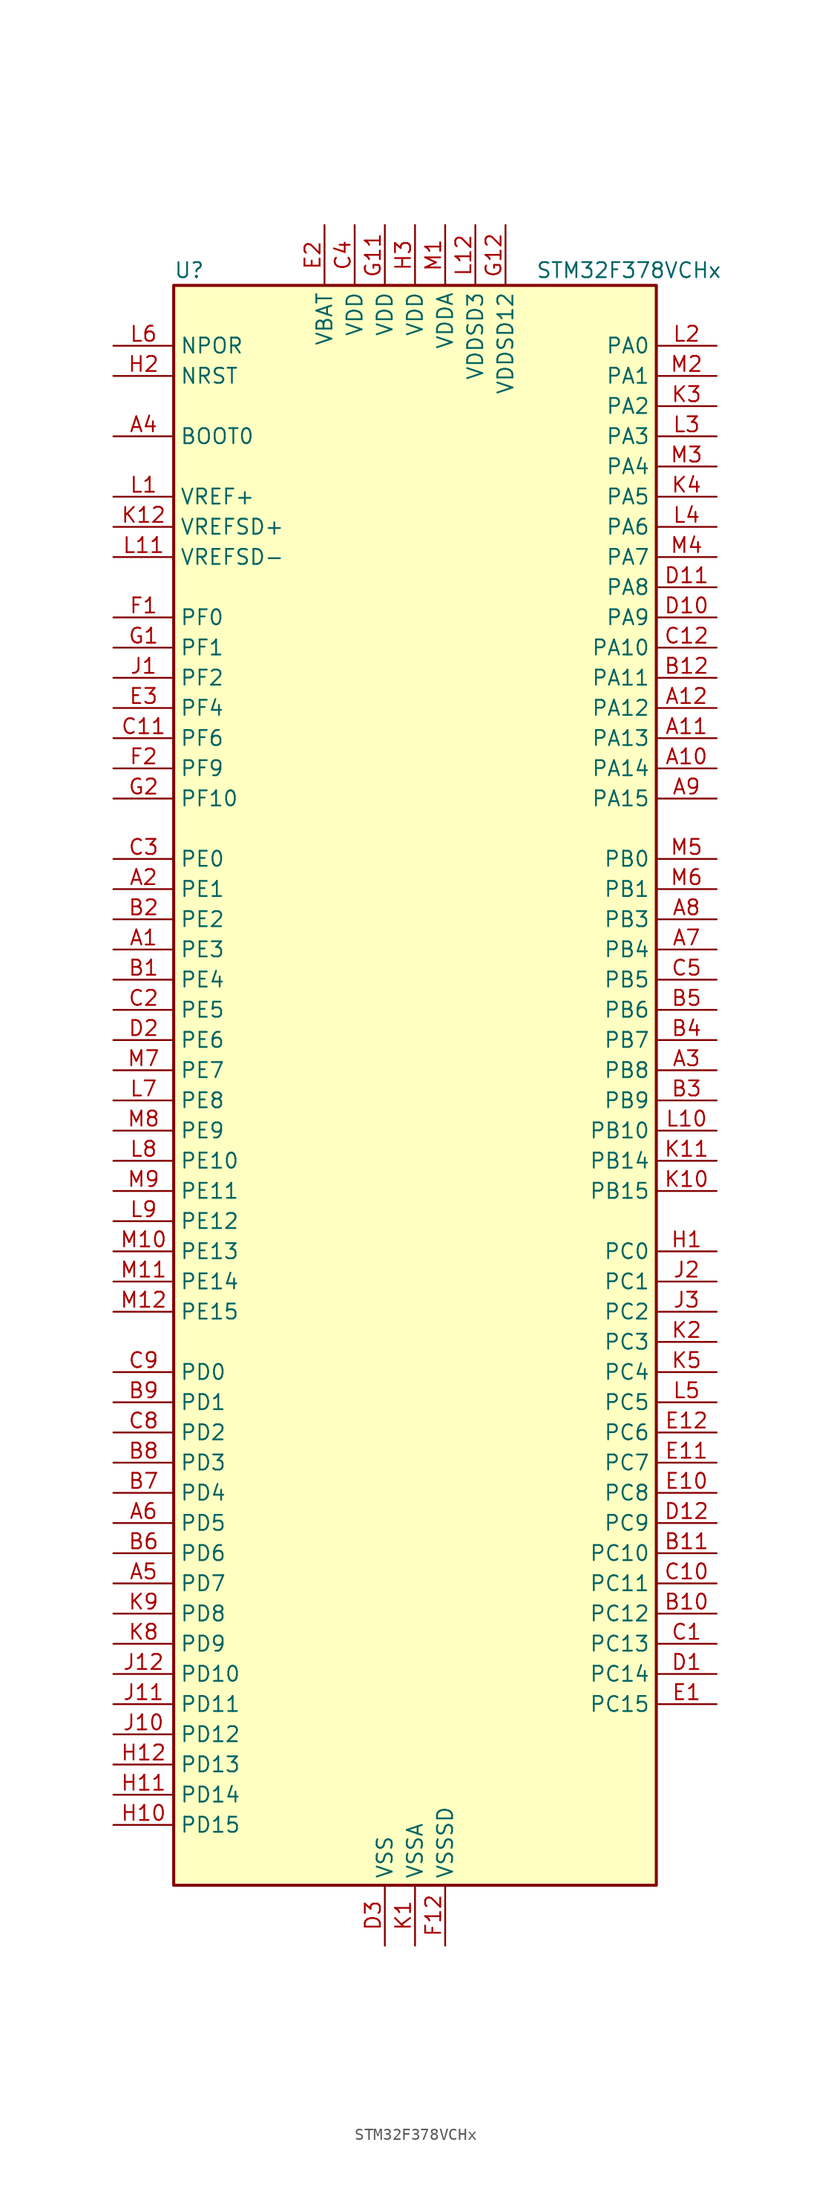
<source format=kicad_sym>
(kicad_symbol_lib
  (version 20241209)
  (generator "kicad_symbol_editor")
  (generator_version "9.0")
  (symbol "STM32F378VCHx"
    (property "Reference" "U"
      (at -20.32 69.85 0)
      (effects (font (size 1.27 1.27)) (justify left)))
    (property "Value" "STM32F378VCHx"
      (at 10.16 69.85 0)
      (effects (font (size 1.27 1.27)) (justify left)))
    (symbol "STM32F378VCHx_0_1"
      (rectangle (start -20.32 -66.04) (end 20.32 68.58) (stroke (width 0.254) (type default)) (fill (type background))))
    (symbol "STM32F378VCHx_1_1"
      (pin input line (at -25.4 63.5 0) (length 5.08) (name "NPOR" (effects (font (size 1.27 1.27)))) (number "L6" (effects (font (size 1.27 1.27)))))
      (pin input line (at -25.4 60.96 0) (length 5.08) (name "NRST" (effects (font (size 1.27 1.27)))) (number "H2" (effects (font (size 1.27 1.27)))))
      (pin input line (at -25.4 55.88 0) (length 5.08) (name "BOOT0" (effects (font (size 1.27 1.27)))) (number "A4" (effects (font (size 1.27 1.27)))))
      (pin input line (at -25.4 50.8 0) (length 5.08) (name "VREF+" (effects (font (size 1.27 1.27)))) (number "L1" (effects (font (size 1.27 1.27)))))
      (pin input line (at -25.4 48.26 0) (length 5.08) (name "VREFSD+" (effects (font (size 1.27 1.27)))) (number "K12" (effects (font (size 1.27 1.27)))))
      (pin input line (at -25.4 45.72 0) (length 5.08) (name "VREFSD-" (effects (font (size 1.27 1.27)))) (number "L11" (effects (font (size 1.27 1.27)))))
      (pin bidirectional line (at -25.4 40.64 0) (length 5.08) (name "PF0" (effects (font (size 1.27 1.27)))) (number "F1" (effects (font (size 1.27 1.27)))) (alternate "I2C2_SDA" bidirectional line) (alternate "RCC_OSC_IN" bidirectional line))
      (pin bidirectional line (at -25.4 38.1 0) (length 5.08) (name "PF1" (effects (font (size 1.27 1.27)))) (number "G1" (effects (font (size 1.27 1.27)))) (alternate "I2C2_SCL" bidirectional line) (alternate "RCC_OSC_OUT" bidirectional line))
      (pin bidirectional line (at -25.4 35.56 0) (length 5.08) (name "PF2" (effects (font (size 1.27 1.27)))) (number "J1" (effects (font (size 1.27 1.27)))) (alternate "I2C2_SMBA" bidirectional line))
      (pin bidirectional line (at -25.4 33.02 0) (length 5.08) (name "PF4" (effects (font (size 1.27 1.27)))) (number "E3" (effects (font (size 1.27 1.27)))))
      (pin bidirectional line (at -25.4 30.48 0) (length 5.08) (name "PF6" (effects (font (size 1.27 1.27)))) (number "C11" (effects (font (size 1.27 1.27)))) (alternate "I2C2_SCL" bidirectional line) (alternate "I2S1_SD" bidirectional line) (alternate "SPI1_MOSI" bidirectional line) (alternate "TIM4_CH4" bidirectional line) (alternate "USART3_DE" bidirectional line) (alternate "USART3_RTS" bidirectional line))
      (pin bidirectional line (at -25.4 27.94 0) (length 5.08) (name "PF9" (effects (font (size 1.27 1.27)))) (number "F2" (effects (font (size 1.27 1.27)))) (alternate "DAC1_EXTI9" bidirectional line) (alternate "DAC2_EXTI9" bidirectional line) (alternate "TIM14_CH1" bidirectional line))
      (pin bidirectional line (at -25.4 25.4 0) (length 5.08) (name "PF10" (effects (font (size 1.27 1.27)))) (number "G2" (effects (font (size 1.27 1.27)))))
      (pin bidirectional line (at -25.4 20.32 0) (length 5.08) (name "PE0" (effects (font (size 1.27 1.27)))) (number "C3" (effects (font (size 1.27 1.27)))) (alternate "TIM4_ETR" bidirectional line) (alternate "USART1_TX" bidirectional line))
      (pin bidirectional line (at -25.4 17.78 0) (length 5.08) (name "PE1" (effects (font (size 1.27 1.27)))) (number "A2" (effects (font (size 1.27 1.27)))) (alternate "USART1_RX" bidirectional line))
      (pin bidirectional line (at -25.4 15.24 0) (length 5.08) (name "PE2" (effects (font (size 1.27 1.27)))) (number "B2" (effects (font (size 1.27 1.27)))) (alternate "SYS_TRACECK" bidirectional line) (alternate "TSC_G7_IO1" bidirectional line))
      (pin bidirectional line (at -25.4 12.7 0) (length 5.08) (name "PE3" (effects (font (size 1.27 1.27)))) (number "A1" (effects (font (size 1.27 1.27)))) (alternate "SYS_TRACED0" bidirectional line) (alternate "TSC_G7_IO2" bidirectional line))
      (pin bidirectional line (at -25.4 10.16 0) (length 5.08) (name "PE4" (effects (font (size 1.27 1.27)))) (number "B1" (effects (font (size 1.27 1.27)))) (alternate "SYS_TRACED1" bidirectional line) (alternate "TSC_G7_IO3" bidirectional line))
      (pin bidirectional line (at -25.4 7.62 0) (length 5.08) (name "PE5" (effects (font (size 1.27 1.27)))) (number "C2" (effects (font (size 1.27 1.27)))) (alternate "SYS_TRACED2" bidirectional line) (alternate "TSC_G7_IO4" bidirectional line))
      (pin bidirectional line (at -25.4 5.08 0) (length 5.08) (name "PE6" (effects (font (size 1.27 1.27)))) (number "D2" (effects (font (size 1.27 1.27)))) (alternate "RTC_TAMP3" bidirectional line) (alternate "SYS_TRACED3" bidirectional line) (alternate "SYS_WKUP3" bidirectional line))
      (pin bidirectional line (at -25.4 2.54 0) (length 5.08) (name "PE7" (effects (font (size 1.27 1.27)))) (number "M7" (effects (font (size 1.27 1.27)))) (alternate "SDADC1_AIN3P" bidirectional line) (alternate "SDADC1_AIN4M" bidirectional line) (alternate "SDADC2_AIN5P" bidirectional line) (alternate "SDADC2_AIN6M" bidirectional line))
      (pin bidirectional line (at -25.4 0 0) (length 5.08) (name "PE8" (effects (font (size 1.27 1.27)))) (number "L7" (effects (font (size 1.27 1.27)))) (alternate "SDADC1_AIN8P" bidirectional line) (alternate "SDADC2_AIN8P" bidirectional line))
      (pin bidirectional line (at -25.4 -2.54 0) (length 5.08) (name "PE9" (effects (font (size 1.27 1.27)))) (number "M8" (effects (font (size 1.27 1.27)))) (alternate "DAC1_EXTI9" bidirectional line) (alternate "DAC2_EXTI9" bidirectional line) (alternate "SDADC1_AIN7P" bidirectional line) (alternate "SDADC1_AIN8M" bidirectional line) (alternate "SDADC2_AIN7P" bidirectional line) (alternate "SDADC2_AIN8M" bidirectional line))
      (pin bidirectional line (at -25.4 -5.08 0) (length 5.08) (name "PE10" (effects (font (size 1.27 1.27)))) (number "L8" (effects (font (size 1.27 1.27)))) (alternate "SDADC1_AIN2P" bidirectional line))
      (pin bidirectional line (at -25.4 -7.62 0) (length 5.08) (name "PE11" (effects (font (size 1.27 1.27)))) (number "M9" (effects (font (size 1.27 1.27)))) (alternate "ADC1_EXTI11" bidirectional line) (alternate "SDADC1_AIN1P" bidirectional line) (alternate "SDADC1_AIN2M" bidirectional line) (alternate "SDADC1_EXTI11" bidirectional line) (alternate "SDADC2_AIN4P" bidirectional line) (alternate "SDADC2_EXTI11" bidirectional line) (alternate "SDADC3_EXTI11" bidirectional line))
      (pin bidirectional line (at -25.4 -10.16 0) (length 5.08) (name "PE12" (effects (font (size 1.27 1.27)))) (number "L9" (effects (font (size 1.27 1.27)))) (alternate "SDADC1_AIN0P" bidirectional line) (alternate "SDADC2_AIN3P" bidirectional line) (alternate "SDADC2_AIN4M" bidirectional line))
      (pin bidirectional line (at -25.4 -12.7 0) (length 5.08) (name "PE13" (effects (font (size 1.27 1.27)))) (number "M10" (effects (font (size 1.27 1.27)))) (alternate "SDADC1_AIN0M" bidirectional line) (alternate "SDADC2_AIN2P" bidirectional line))
      (pin bidirectional line (at -25.4 -15.24 0) (length 5.08) (name "PE14" (effects (font (size 1.27 1.27)))) (number "M11" (effects (font (size 1.27 1.27)))) (alternate "SDADC2_AIN1P" bidirectional line) (alternate "SDADC2_AIN2M" bidirectional line))
      (pin bidirectional line (at -25.4 -17.78 0) (length 5.08) (name "PE15" (effects (font (size 1.27 1.27)))) (number "M12" (effects (font (size 1.27 1.27)))) (alternate "ADC1_EXTI15" bidirectional line) (alternate "SDADC1_EXTI15" bidirectional line) (alternate "SDADC2_AIN0P" bidirectional line) (alternate "SDADC2_EXTI15" bidirectional line) (alternate "SDADC3_EXTI15" bidirectional line) (alternate "USART3_RX" bidirectional line))
      (pin bidirectional line (at -25.4 -22.86 0) (length 5.08) (name "PD0" (effects (font (size 1.27 1.27)))) (number "C9" (effects (font (size 1.27 1.27)))) (alternate "CAN_RX" bidirectional line) (alternate "TIM19_CH4" bidirectional line))
      (pin bidirectional line (at -25.4 -25.4 0) (length 5.08) (name "PD1" (effects (font (size 1.27 1.27)))) (number "B9" (effects (font (size 1.27 1.27)))) (alternate "CAN_TX" bidirectional line) (alternate "TIM19_ETR" bidirectional line))
      (pin bidirectional line (at -25.4 -27.94 0) (length 5.08) (name "PD2" (effects (font (size 1.27 1.27)))) (number "C8" (effects (font (size 1.27 1.27)))) (alternate "TIM3_ETR" bidirectional line))
      (pin bidirectional line (at -25.4 -30.48 0) (length 5.08) (name "PD3" (effects (font (size 1.27 1.27)))) (number "B8" (effects (font (size 1.27 1.27)))) (alternate "I2S2_MCK" bidirectional line) (alternate "SPI2_MISO" bidirectional line) (alternate "USART2_CTS" bidirectional line))
      (pin bidirectional line (at -25.4 -33.02 0) (length 5.08) (name "PD4" (effects (font (size 1.27 1.27)))) (number "B7" (effects (font (size 1.27 1.27)))) (alternate "I2S2_SD" bidirectional line) (alternate "SPI2_MOSI" bidirectional line) (alternate "USART2_DE" bidirectional line) (alternate "USART2_RTS" bidirectional line))
      (pin bidirectional line (at -25.4 -35.56 0) (length 5.08) (name "PD5" (effects (font (size 1.27 1.27)))) (number "A6" (effects (font (size 1.27 1.27)))) (alternate "USART2_TX" bidirectional line))
      (pin bidirectional line (at -25.4 -38.1 0) (length 5.08) (name "PD6" (effects (font (size 1.27 1.27)))) (number "B6" (effects (font (size 1.27 1.27)))) (alternate "I2S2_WS" bidirectional line) (alternate "SPI2_NSS" bidirectional line) (alternate "USART2_RX" bidirectional line))
      (pin bidirectional line (at -25.4 -40.64 0) (length 5.08) (name "PD7" (effects (font (size 1.27 1.27)))) (number "A5" (effects (font (size 1.27 1.27)))) (alternate "I2S2_CK" bidirectional line) (alternate "SPI2_SCK" bidirectional line) (alternate "USART2_CK" bidirectional line))
      (pin bidirectional line (at -25.4 -43.18 0) (length 5.08) (name "PD8" (effects (font (size 1.27 1.27)))) (number "K9" (effects (font (size 1.27 1.27)))) (alternate "I2S2_CK" bidirectional line) (alternate "SDADC3_AIN6P" bidirectional line) (alternate "SPI2_SCK" bidirectional line) (alternate "TSC_G6_IO3" bidirectional line) (alternate "USART3_TX" bidirectional line))
      (pin bidirectional line (at -25.4 -45.72 0) (length 5.08) (name "PD9" (effects (font (size 1.27 1.27)))) (number "K8" (effects (font (size 1.27 1.27)))) (alternate "DAC1_EXTI9" bidirectional line) (alternate "DAC2_EXTI9" bidirectional line) (alternate "SDADC3_AIN5P" bidirectional line) (alternate "SDADC3_AIN6M" bidirectional line) (alternate "TSC_G6_IO4" bidirectional line) (alternate "USART3_RX" bidirectional line))
      (pin bidirectional line (at -25.4 -48.26 0) (length 5.08) (name "PD10" (effects (font (size 1.27 1.27)))) (number "J12" (effects (font (size 1.27 1.27)))) (alternate "SDADC3_AIN4P" bidirectional line) (alternate "USART3_CK" bidirectional line))
      (pin bidirectional line (at -25.4 -50.8 0) (length 5.08) (name "PD11" (effects (font (size 1.27 1.27)))) (number "J11" (effects (font (size 1.27 1.27)))) (alternate "ADC1_EXTI11" bidirectional line) (alternate "SDADC1_EXTI11" bidirectional line) (alternate "SDADC2_EXTI11" bidirectional line) (alternate "SDADC3_AIN3P" bidirectional line) (alternate "SDADC3_AIN4M" bidirectional line) (alternate "SDADC3_EXTI11" bidirectional line) (alternate "USART3_CTS" bidirectional line))
      (pin bidirectional line (at -25.4 -53.34 0) (length 5.08) (name "PD12" (effects (font (size 1.27 1.27)))) (number "J10" (effects (font (size 1.27 1.27)))) (alternate "SDADC3_AIN2P" bidirectional line) (alternate "TIM4_CH1" bidirectional line) (alternate "TSC_G8_IO1" bidirectional line) (alternate "USART3_DE" bidirectional line) (alternate "USART3_RTS" bidirectional line))
      (pin bidirectional line (at -25.4 -55.88 0) (length 5.08) (name "PD13" (effects (font (size 1.27 1.27)))) (number "H12" (effects (font (size 1.27 1.27)))) (alternate "SDADC3_AIN1P" bidirectional line) (alternate "SDADC3_AIN2M" bidirectional line) (alternate "TIM4_CH2" bidirectional line) (alternate "TSC_G8_IO2" bidirectional line))
      (pin bidirectional line (at -25.4 -58.42 0) (length 5.08) (name "PD14" (effects (font (size 1.27 1.27)))) (number "H11" (effects (font (size 1.27 1.27)))) (alternate "SDADC3_AIN0P" bidirectional line) (alternate "TIM4_CH3" bidirectional line) (alternate "TSC_G8_IO3" bidirectional line))
      (pin bidirectional line (at -25.4 -60.96 0) (length 5.08) (name "PD15" (effects (font (size 1.27 1.27)))) (number "H10" (effects (font (size 1.27 1.27)))) (alternate "ADC1_EXTI15" bidirectional line) (alternate "SDADC1_EXTI15" bidirectional line) (alternate "SDADC2_EXTI15" bidirectional line) (alternate "SDADC3_AIN0M" bidirectional line) (alternate "SDADC3_EXTI15" bidirectional line) (alternate "TIM4_CH4" bidirectional line) (alternate "TSC_G8_IO4" bidirectional line))
      (pin power_in line (at -7.62 73.66 270) (length 5.08) (name "VBAT" (effects (font (size 1.27 1.27)))) (number "E2" (effects (font (size 1.27 1.27)))))
      (pin power_in line (at -5.08 73.66 270) (length 5.08) (name "VDD" (effects (font (size 1.27 1.27)))) (number "C4" (effects (font (size 1.27 1.27)))))
      (pin power_in line (at -2.54 73.66 270) (length 5.08) (name "VDD" (effects (font (size 1.27 1.27)))) (number "G11" (effects (font (size 1.27 1.27)))))
      (pin power_in line (at -2.54 -71.12 90) (length 5.08) (name "VSS" (effects (font (size 1.27 1.27)))) (number "D3" (effects (font (size 1.27 1.27)))))
      (pin passive line (at -2.54 -71.12 90) (length 5.08) (hide yes) (name "VSS" (effects (font (size 1.27 1.27)))) (number "F11" (effects (font (size 1.27 1.27)))))
      (pin power_in line (at 0 73.66 270) (length 5.08) (name "VDD" (effects (font (size 1.27 1.27)))) (number "H3" (effects (font (size 1.27 1.27)))))
      (pin power_in line (at 0 -71.12 90) (length 5.08) (name "VSSA" (effects (font (size 1.27 1.27)))) (number "K1" (effects (font (size 1.27 1.27)))))
      (pin power_in line (at 2.54 73.66 270) (length 5.08) (name "VDDA" (effects (font (size 1.27 1.27)))) (number "M1" (effects (font (size 1.27 1.27)))))
      (pin power_in line (at 2.54 -71.12 90) (length 5.08) (name "VSSSD" (effects (font (size 1.27 1.27)))) (number "F12" (effects (font (size 1.27 1.27)))))
      (pin power_in line (at 5.08 73.66 270) (length 5.08) (name "VDDSD3" (effects (font (size 1.27 1.27)))) (number "L12" (effects (font (size 1.27 1.27)))))
      (pin power_in line (at 7.62 73.66 270) (length 5.08) (name "VDDSD12" (effects (font (size 1.27 1.27)))) (number "G12" (effects (font (size 1.27 1.27)))))
      (pin bidirectional line (at 25.4 63.5 180) (length 5.08) (name "PA0" (effects (font (size 1.27 1.27)))) (number "L2" (effects (font (size 1.27 1.27)))) (alternate "ADC1_IN0" bidirectional line) (alternate "COMP1_INM" bidirectional line) (alternate "COMP1_OUT" bidirectional line) (alternate "RTC_TAMP2" bidirectional line) (alternate "SYS_WKUP1" bidirectional line) (alternate "TIM19_CH1" bidirectional line) (alternate "TIM2_CH1" bidirectional line) (alternate "TIM2_ETR" bidirectional line) (alternate "TIM5_CH1" bidirectional line) (alternate "TIM5_ETR" bidirectional line) (alternate "TSC_G1_IO1" bidirectional line) (alternate "USART2_CTS" bidirectional line))
      (pin bidirectional line (at 25.4 60.96 180) (length 5.08) (name "PA1" (effects (font (size 1.27 1.27)))) (number "M2" (effects (font (size 1.27 1.27)))) (alternate "ADC1_IN1" bidirectional line) (alternate "COMP1_INP" bidirectional line) (alternate "I2S3_CK" bidirectional line) (alternate "RTC_REFIN" bidirectional line) (alternate "SPI3_SCK" bidirectional line) (alternate "TIM15_CH1N" bidirectional line) (alternate "TIM19_CH2" bidirectional line) (alternate "TIM2_CH2" bidirectional line) (alternate "TIM5_CH2" bidirectional line) (alternate "TSC_G1_IO2" bidirectional line) (alternate "USART2_DE" bidirectional line) (alternate "USART2_RTS" bidirectional line))
      (pin bidirectional line (at 25.4 58.42 180) (length 5.08) (name "PA2" (effects (font (size 1.27 1.27)))) (number "K3" (effects (font (size 1.27 1.27)))) (alternate "ADC1_IN2" bidirectional line) (alternate "COMP2_INM" bidirectional line) (alternate "COMP2_OUT" bidirectional line) (alternate "I2S3_MCK" bidirectional line) (alternate "SPI3_MISO" bidirectional line) (alternate "TIM15_CH1" bidirectional line) (alternate "TIM19_CH3" bidirectional line) (alternate "TIM2_CH3" bidirectional line) (alternate "TIM5_CH3" bidirectional line) (alternate "TSC_G1_IO3" bidirectional line) (alternate "USART2_TX" bidirectional line))
      (pin bidirectional line (at 25.4 55.88 180) (length 5.08) (name "PA3" (effects (font (size 1.27 1.27)))) (number "L3" (effects (font (size 1.27 1.27)))) (alternate "ADC1_IN3" bidirectional line) (alternate "COMP2_INP" bidirectional line) (alternate "I2S3_SD" bidirectional line) (alternate "SPI3_MOSI" bidirectional line) (alternate "TIM15_CH2" bidirectional line) (alternate "TIM19_CH4" bidirectional line) (alternate "TIM2_CH4" bidirectional line) (alternate "TIM5_CH4" bidirectional line) (alternate "TSC_G1_IO4" bidirectional line) (alternate "USART2_RX" bidirectional line))
      (pin bidirectional line (at 25.4 53.34 180) (length 5.08) (name "PA4" (effects (font (size 1.27 1.27)))) (number "M3" (effects (font (size 1.27 1.27)))) (alternate "ADC1_IN4" bidirectional line) (alternate "DAC1_OUT1" bidirectional line) (alternate "I2S1_WS" bidirectional line) (alternate "I2S3_WS" bidirectional line) (alternate "SPI1_NSS" bidirectional line) (alternate "SPI3_NSS" bidirectional line) (alternate "TIM12_CH1" bidirectional line) (alternate "TIM3_CH2" bidirectional line) (alternate "TSC_G2_IO1" bidirectional line) (alternate "USART2_CK" bidirectional line))
      (pin bidirectional line (at 25.4 50.8 180) (length 5.08) (name "PA5" (effects (font (size 1.27 1.27)))) (number "K4" (effects (font (size 1.27 1.27)))) (alternate "ADC1_IN5" bidirectional line) (alternate "CEC" bidirectional line) (alternate "DAC1_OUT2" bidirectional line) (alternate "I2S1_CK" bidirectional line) (alternate "SPI1_SCK" bidirectional line) (alternate "TIM12_CH2" bidirectional line) (alternate "TIM14_CH1" bidirectional line) (alternate "TIM2_CH1" bidirectional line) (alternate "TIM2_ETR" bidirectional line) (alternate "TSC_G2_IO2" bidirectional line))
      (pin bidirectional line (at 25.4 48.26 180) (length 5.08) (name "PA6" (effects (font (size 1.27 1.27)))) (number "L4" (effects (font (size 1.27 1.27)))) (alternate "ADC1_IN6" bidirectional line) (alternate "COMP1_OUT" bidirectional line) (alternate "DAC2_OUT1" bidirectional line) (alternate "I2S1_MCK" bidirectional line) (alternate "SPI1_MISO" bidirectional line) (alternate "TIM13_CH1" bidirectional line) (alternate "TIM16_CH1" bidirectional line) (alternate "TIM3_CH1" bidirectional line) (alternate "TSC_G2_IO3" bidirectional line))
      (pin bidirectional line (at 25.4 45.72 180) (length 5.08) (name "PA7" (effects (font (size 1.27 1.27)))) (number "M4" (effects (font (size 1.27 1.27)))) (alternate "ADC1_IN7" bidirectional line) (alternate "COMP2_OUT" bidirectional line) (alternate "I2S1_SD" bidirectional line) (alternate "SPI1_MOSI" bidirectional line) (alternate "TIM14_CH1" bidirectional line) (alternate "TIM17_CH1" bidirectional line) (alternate "TIM3_CH2" bidirectional line) (alternate "TSC_G2_IO4" bidirectional line))
      (pin bidirectional line (at 25.4 43.18 180) (length 5.08) (name "PA8" (effects (font (size 1.27 1.27)))) (number "D11" (effects (font (size 1.27 1.27)))) (alternate "I2C2_SMBA" bidirectional line) (alternate "I2S2_CK" bidirectional line) (alternate "RCC_MCO" bidirectional line) (alternate "SPI2_SCK" bidirectional line) (alternate "TIM4_ETR" bidirectional line) (alternate "TIM5_CH1" bidirectional line) (alternate "TIM5_ETR" bidirectional line) (alternate "USART1_CK" bidirectional line))
      (pin bidirectional line (at 25.4 40.64 180) (length 5.08) (name "PA9" (effects (font (size 1.27 1.27)))) (number "D10" (effects (font (size 1.27 1.27)))) (alternate "DAC1_EXTI9" bidirectional line) (alternate "DAC2_EXTI9" bidirectional line) (alternate "I2C2_SCL" bidirectional line) (alternate "I2S2_MCK" bidirectional line) (alternate "SPI2_MISO" bidirectional line) (alternate "TIM13_CH1" bidirectional line) (alternate "TIM15_BKIN" bidirectional line) (alternate "TIM2_CH3" bidirectional line) (alternate "TSC_G4_IO1" bidirectional line) (alternate "USART1_TX" bidirectional line))
      (pin bidirectional line (at 25.4 38.1 180) (length 5.08) (name "PA10" (effects (font (size 1.27 1.27)))) (number "C12" (effects (font (size 1.27 1.27)))) (alternate "I2C2_SDA" bidirectional line) (alternate "I2S2_SD" bidirectional line) (alternate "SPI2_MOSI" bidirectional line) (alternate "TIM14_CH1" bidirectional line) (alternate "TIM17_BKIN" bidirectional line) (alternate "TIM2_CH4" bidirectional line) (alternate "TSC_G4_IO2" bidirectional line) (alternate "USART1_RX" bidirectional line))
      (pin bidirectional line (at 25.4 35.56 180) (length 5.08) (name "PA11" (effects (font (size 1.27 1.27)))) (number "B12" (effects (font (size 1.27 1.27)))) (alternate "ADC1_EXTI11" bidirectional line) (alternate "CAN_RX" bidirectional line) (alternate "COMP1_OUT" bidirectional line) (alternate "I2S1_WS" bidirectional line) (alternate "I2S2_WS" bidirectional line) (alternate "SDADC1_EXTI11" bidirectional line) (alternate "SDADC2_EXTI11" bidirectional line) (alternate "SDADC3_EXTI11" bidirectional line) (alternate "SPI1_NSS" bidirectional line) (alternate "SPI2_NSS" bidirectional line) (alternate "TIM4_CH1" bidirectional line) (alternate "TIM5_CH2" bidirectional line) (alternate "USART1_CTS" bidirectional line))
      (pin bidirectional line (at 25.4 33.02 180) (length 5.08) (name "PA12" (effects (font (size 1.27 1.27)))) (number "A12" (effects (font (size 1.27 1.27)))) (alternate "CAN_TX" bidirectional line) (alternate "COMP2_OUT" bidirectional line) (alternate "I2S1_CK" bidirectional line) (alternate "SPI1_SCK" bidirectional line) (alternate "TIM16_CH1" bidirectional line) (alternate "TIM4_CH2" bidirectional line) (alternate "TIM5_CH3" bidirectional line) (alternate "USART1_DE" bidirectional line) (alternate "USART1_RTS" bidirectional line))
      (pin bidirectional line (at 25.4 30.48 180) (length 5.08) (name "PA13" (effects (font (size 1.27 1.27)))) (number "A11" (effects (font (size 1.27 1.27)))) (alternate "I2S1_MCK" bidirectional line) (alternate "IR_OUT" bidirectional line) (alternate "SPI1_MISO" bidirectional line) (alternate "SYS_JTMS-SWDIO" bidirectional line) (alternate "TIM16_CH1N" bidirectional line) (alternate "TIM4_CH3" bidirectional line) (alternate "TIM5_CH4" bidirectional line) (alternate "TSC_G4_IO3" bidirectional line) (alternate "USART3_CTS" bidirectional line))
      (pin bidirectional line (at 25.4 27.94 180) (length 5.08) (name "PA14" (effects (font (size 1.27 1.27)))) (number "A10" (effects (font (size 1.27 1.27)))) (alternate "I2C1_SDA" bidirectional line) (alternate "SYS_JTCK-SWCLK" bidirectional line) (alternate "TIM12_CH1" bidirectional line) (alternate "TSC_G4_IO4" bidirectional line))
      (pin bidirectional line (at 25.4 25.4 180) (length 5.08) (name "PA15" (effects (font (size 1.27 1.27)))) (number "A9" (effects (font (size 1.27 1.27)))) (alternate "ADC1_EXTI15" bidirectional line) (alternate "I2C1_SCL" bidirectional line) (alternate "I2S1_WS" bidirectional line) (alternate "I2S3_WS" bidirectional line) (alternate "SDADC1_EXTI15" bidirectional line) (alternate "SDADC2_EXTI15" bidirectional line) (alternate "SDADC3_EXTI15" bidirectional line) (alternate "SPI1_NSS" bidirectional line) (alternate "SPI3_NSS" bidirectional line) (alternate "SYS_JTDI" bidirectional line) (alternate "TIM12_CH2" bidirectional line) (alternate "TIM2_CH1" bidirectional line) (alternate "TIM2_ETR" bidirectional line) (alternate "TSC_SYNC" bidirectional line))
      (pin bidirectional line (at 25.4 20.32 180) (length 5.08) (name "PB0" (effects (font (size 1.27 1.27)))) (number "M5" (effects (font (size 1.27 1.27)))) (alternate "ADC1_IN8" bidirectional line) (alternate "I2S1_SD" bidirectional line) (alternate "SDADC1_AIN6P" bidirectional line) (alternate "SPI1_MOSI" bidirectional line) (alternate "TIM3_CH2" bidirectional line) (alternate "TIM3_CH3" bidirectional line) (alternate "TSC_G3_IO3" bidirectional line))
      (pin bidirectional line (at 25.4 17.78 180) (length 5.08) (name "PB1" (effects (font (size 1.27 1.27)))) (number "M6" (effects (font (size 1.27 1.27)))) (alternate "ADC1_IN9" bidirectional line) (alternate "SDADC1_AIN5P" bidirectional line) (alternate "SDADC1_AIN6M" bidirectional line) (alternate "TIM3_CH4" bidirectional line) (alternate "TSC_G3_IO4" bidirectional line))
      (pin bidirectional line (at 25.4 15.24 180) (length 5.08) (name "PB3" (effects (font (size 1.27 1.27)))) (number "A8" (effects (font (size 1.27 1.27)))) (alternate "I2S1_CK" bidirectional line) (alternate "I2S3_CK" bidirectional line) (alternate "SPI1_SCK" bidirectional line) (alternate "SPI3_SCK" bidirectional line) (alternate "SYS_JTDO-TRACESWO" bidirectional line) (alternate "TIM13_CH1" bidirectional line) (alternate "TIM2_CH2" bidirectional line) (alternate "TIM3_ETR" bidirectional line) (alternate "TIM4_ETR" bidirectional line) (alternate "TSC_G5_IO1" bidirectional line) (alternate "USART2_TX" bidirectional line))
      (pin bidirectional line (at 25.4 12.7 180) (length 5.08) (name "PB4" (effects (font (size 1.27 1.27)))) (number "A7" (effects (font (size 1.27 1.27)))) (alternate "I2S1_MCK" bidirectional line) (alternate "I2S3_MCK" bidirectional line) (alternate "SPI1_MISO" bidirectional line) (alternate "SPI3_MISO" bidirectional line) (alternate "SYS_NJTRST" bidirectional line) (alternate "TIM15_CH1N" bidirectional line) (alternate "TIM16_CH1" bidirectional line) (alternate "TIM17_BKIN" bidirectional line) (alternate "TIM3_CH1" bidirectional line) (alternate "TSC_G5_IO2" bidirectional line) (alternate "USART2_RX" bidirectional line))
      (pin bidirectional line (at 25.4 10.16 180) (length 5.08) (name "PB5" (effects (font (size 1.27 1.27)))) (number "C5" (effects (font (size 1.27 1.27)))) (alternate "I2C1_SMBA" bidirectional line) (alternate "I2S1_SD" bidirectional line) (alternate "I2S3_SD" bidirectional line) (alternate "SPI1_MOSI" bidirectional line) (alternate "SPI3_MOSI" bidirectional line) (alternate "TIM16_BKIN" bidirectional line) (alternate "TIM17_CH1" bidirectional line) (alternate "TIM19_ETR" bidirectional line) (alternate "TIM3_CH2" bidirectional line) (alternate "USART2_CK" bidirectional line))
      (pin bidirectional line (at 25.4 7.62 180) (length 5.08) (name "PB6" (effects (font (size 1.27 1.27)))) (number "B5" (effects (font (size 1.27 1.27)))) (alternate "I2C1_SCL" bidirectional line) (alternate "TIM15_CH1" bidirectional line) (alternate "TIM16_CH1N" bidirectional line) (alternate "TIM19_CH1" bidirectional line) (alternate "TIM3_CH3" bidirectional line) (alternate "TIM4_CH1" bidirectional line) (alternate "TSC_G5_IO3" bidirectional line) (alternate "USART1_TX" bidirectional line))
      (pin bidirectional line (at 25.4 5.08 180) (length 5.08) (name "PB7" (effects (font (size 1.27 1.27)))) (number "B4" (effects (font (size 1.27 1.27)))) (alternate "I2C1_SDA" bidirectional line) (alternate "TIM15_CH2" bidirectional line) (alternate "TIM17_CH1N" bidirectional line) (alternate "TIM19_CH2" bidirectional line) (alternate "TIM3_CH4" bidirectional line) (alternate "TIM4_CH2" bidirectional line) (alternate "TSC_G5_IO4" bidirectional line) (alternate "USART1_RX" bidirectional line))
      (pin bidirectional line (at 25.4 2.54 180) (length 5.08) (name "PB8" (effects (font (size 1.27 1.27)))) (number "A3" (effects (font (size 1.27 1.27)))) (alternate "CAN_RX" bidirectional line) (alternate "CEC" bidirectional line) (alternate "COMP1_OUT" bidirectional line) (alternate "I2C1_SCL" bidirectional line) (alternate "I2S2_CK" bidirectional line) (alternate "SPI2_SCK" bidirectional line) (alternate "TIM16_CH1" bidirectional line) (alternate "TIM19_CH3" bidirectional line) (alternate "TIM4_CH3" bidirectional line) (alternate "TSC_SYNC" bidirectional line) (alternate "USART3_TX" bidirectional line))
      (pin bidirectional line (at 25.4 0 180) (length 5.08) (name "PB9" (effects (font (size 1.27 1.27)))) (number "B3" (effects (font (size 1.27 1.27)))) (alternate "CAN_TX" bidirectional line) (alternate "COMP2_OUT" bidirectional line) (alternate "DAC1_EXTI9" bidirectional line) (alternate "DAC2_EXTI9" bidirectional line) (alternate "I2C1_SDA" bidirectional line) (alternate "I2S2_WS" bidirectional line) (alternate "IR_OUT" bidirectional line) (alternate "SPI2_NSS" bidirectional line) (alternate "TIM17_CH1" bidirectional line) (alternate "TIM19_CH4" bidirectional line) (alternate "TIM4_CH4" bidirectional line) (alternate "USART3_RX" bidirectional line))
      (pin bidirectional line (at 25.4 -2.54 180) (length 5.08) (name "PB10" (effects (font (size 1.27 1.27)))) (number "L10" (effects (font (size 1.27 1.27)))) (alternate "CEC" bidirectional line) (alternate "I2S2_CK" bidirectional line) (alternate "SDADC2_AIN0M" bidirectional line) (alternate "SPI2_SCK" bidirectional line) (alternate "TIM2_CH3" bidirectional line) (alternate "TSC_SYNC" bidirectional line) (alternate "USART3_TX" bidirectional line))
      (pin bidirectional line (at 25.4 -5.08 180) (length 5.08) (name "PB14" (effects (font (size 1.27 1.27)))) (number "K11" (effects (font (size 1.27 1.27)))) (alternate "I2S2_MCK" bidirectional line) (alternate "SDADC3_AIN8P" bidirectional line) (alternate "SPI2_MISO" bidirectional line) (alternate "TIM12_CH1" bidirectional line) (alternate "TIM15_CH1" bidirectional line) (alternate "TSC_G6_IO1" bidirectional line) (alternate "USART3_DE" bidirectional line) (alternate "USART3_RTS" bidirectional line))
      (pin bidirectional line (at 25.4 -7.62 180) (length 5.08) (name "PB15" (effects (font (size 1.27 1.27)))) (number "K10" (effects (font (size 1.27 1.27)))) (alternate "ADC1_EXTI15" bidirectional line) (alternate "I2S2_SD" bidirectional line) (alternate "RTC_REFIN" bidirectional line) (alternate "SDADC1_EXTI15" bidirectional line) (alternate "SDADC2_EXTI15" bidirectional line) (alternate "SDADC3_AIN7P" bidirectional line) (alternate "SDADC3_AIN8M" bidirectional line) (alternate "SDADC3_EXTI15" bidirectional line) (alternate "SPI2_MOSI" bidirectional line) (alternate "TIM12_CH2" bidirectional line) (alternate "TIM15_CH1N" bidirectional line) (alternate "TIM15_CH2" bidirectional line) (alternate "TSC_G6_IO2" bidirectional line))
      (pin bidirectional line (at 25.4 -12.7 180) (length 5.08) (name "PC0" (effects (font (size 1.27 1.27)))) (number "H1" (effects (font (size 1.27 1.27)))) (alternate "ADC1_IN10" bidirectional line) (alternate "TIM5_CH1" bidirectional line) (alternate "TIM5_ETR" bidirectional line))
      (pin bidirectional line (at 25.4 -15.24 180) (length 5.08) (name "PC1" (effects (font (size 1.27 1.27)))) (number "J2" (effects (font (size 1.27 1.27)))) (alternate "ADC1_IN11" bidirectional line) (alternate "TIM5_CH2" bidirectional line))
      (pin bidirectional line (at 25.4 -17.78 180) (length 5.08) (name "PC2" (effects (font (size 1.27 1.27)))) (number "J3" (effects (font (size 1.27 1.27)))) (alternate "ADC1_IN12" bidirectional line) (alternate "I2S2_MCK" bidirectional line) (alternate "SPI2_MISO" bidirectional line) (alternate "TIM5_CH3" bidirectional line))
      (pin bidirectional line (at 25.4 -20.32 180) (length 5.08) (name "PC3" (effects (font (size 1.27 1.27)))) (number "K2" (effects (font (size 1.27 1.27)))) (alternate "ADC1_IN13" bidirectional line) (alternate "I2S2_SD" bidirectional line) (alternate "SPI2_MOSI" bidirectional line) (alternate "TIM5_CH4" bidirectional line))
      (pin bidirectional line (at 25.4 -22.86 180) (length 5.08) (name "PC4" (effects (font (size 1.27 1.27)))) (number "K5" (effects (font (size 1.27 1.27)))) (alternate "ADC1_IN14" bidirectional line) (alternate "TIM13_CH1" bidirectional line) (alternate "TSC_G3_IO1" bidirectional line) (alternate "USART1_TX" bidirectional line))
      (pin bidirectional line (at 25.4 -25.4 180) (length 5.08) (name "PC5" (effects (font (size 1.27 1.27)))) (number "L5" (effects (font (size 1.27 1.27)))) (alternate "ADC1_IN15" bidirectional line) (alternate "TSC_G3_IO2" bidirectional line) (alternate "USART1_RX" bidirectional line))
      (pin bidirectional line (at 25.4 -27.94 180) (length 5.08) (name "PC6" (effects (font (size 1.27 1.27)))) (number "E12" (effects (font (size 1.27 1.27)))) (alternate "I2S1_WS" bidirectional line) (alternate "SPI1_NSS" bidirectional line) (alternate "TIM3_CH1" bidirectional line))
      (pin bidirectional line (at 25.4 -30.48 180) (length 5.08) (name "PC7" (effects (font (size 1.27 1.27)))) (number "E11" (effects (font (size 1.27 1.27)))) (alternate "I2S1_CK" bidirectional line) (alternate "SPI1_SCK" bidirectional line) (alternate "TIM3_CH2" bidirectional line))
      (pin bidirectional line (at 25.4 -33.02 180) (length 5.08) (name "PC8" (effects (font (size 1.27 1.27)))) (number "E10" (effects (font (size 1.27 1.27)))) (alternate "I2S1_MCK" bidirectional line) (alternate "SPI1_MISO" bidirectional line) (alternate "TIM3_CH3" bidirectional line))
      (pin bidirectional line (at 25.4 -35.56 180) (length 5.08) (name "PC9" (effects (font (size 1.27 1.27)))) (number "D12" (effects (font (size 1.27 1.27)))) (alternate "DAC1_EXTI9" bidirectional line) (alternate "DAC2_EXTI9" bidirectional line) (alternate "I2S1_SD" bidirectional line) (alternate "SPI1_MOSI" bidirectional line) (alternate "TIM3_CH4" bidirectional line))
      (pin bidirectional line (at 25.4 -38.1 180) (length 5.08) (name "PC10" (effects (font (size 1.27 1.27)))) (number "B11" (effects (font (size 1.27 1.27)))) (alternate "I2S3_CK" bidirectional line) (alternate "SPI3_SCK" bidirectional line) (alternate "TIM19_CH1" bidirectional line) (alternate "USART3_TX" bidirectional line))
      (pin bidirectional line (at 25.4 -40.64 180) (length 5.08) (name "PC11" (effects (font (size 1.27 1.27)))) (number "C10" (effects (font (size 1.27 1.27)))) (alternate "ADC1_EXTI11" bidirectional line) (alternate "I2S3_MCK" bidirectional line) (alternate "SDADC1_EXTI11" bidirectional line) (alternate "SDADC2_EXTI11" bidirectional line) (alternate "SDADC3_EXTI11" bidirectional line) (alternate "SPI3_MISO" bidirectional line) (alternate "TIM19_CH2" bidirectional line) (alternate "USART3_RX" bidirectional line))
      (pin bidirectional line (at 25.4 -43.18 180) (length 5.08) (name "PC12" (effects (font (size 1.27 1.27)))) (number "B10" (effects (font (size 1.27 1.27)))) (alternate "I2S3_SD" bidirectional line) (alternate "SPI3_MOSI" bidirectional line) (alternate "TIM19_CH3" bidirectional line) (alternate "USART3_CK" bidirectional line))
      (pin bidirectional line (at 25.4 -45.72 180) (length 5.08) (name "PC13" (effects (font (size 1.27 1.27)))) (number "C1" (effects (font (size 1.27 1.27)))) (alternate "RTC_OUT_ALARM" bidirectional line) (alternate "RTC_OUT_CALIB" bidirectional line) (alternate "RTC_TAMP1" bidirectional line) (alternate "RTC_TS" bidirectional line) (alternate "SYS_WKUP2" bidirectional line))
      (pin bidirectional line (at 25.4 -48.26 180) (length 5.08) (name "PC14" (effects (font (size 1.27 1.27)))) (number "D1" (effects (font (size 1.27 1.27)))) (alternate "RCC_OSC32_IN" bidirectional line))
      (pin bidirectional line (at 25.4 -50.8 180) (length 5.08) (name "PC15" (effects (font (size 1.27 1.27)))) (number "E1" (effects (font (size 1.27 1.27)))) (alternate "ADC1_EXTI15" bidirectional line) (alternate "RCC_OSC32_OUT" bidirectional line) (alternate "SDADC1_EXTI15" bidirectional line) (alternate "SDADC2_EXTI15" bidirectional line) (alternate "SDADC3_EXTI15" bidirectional line)))))
</source>
